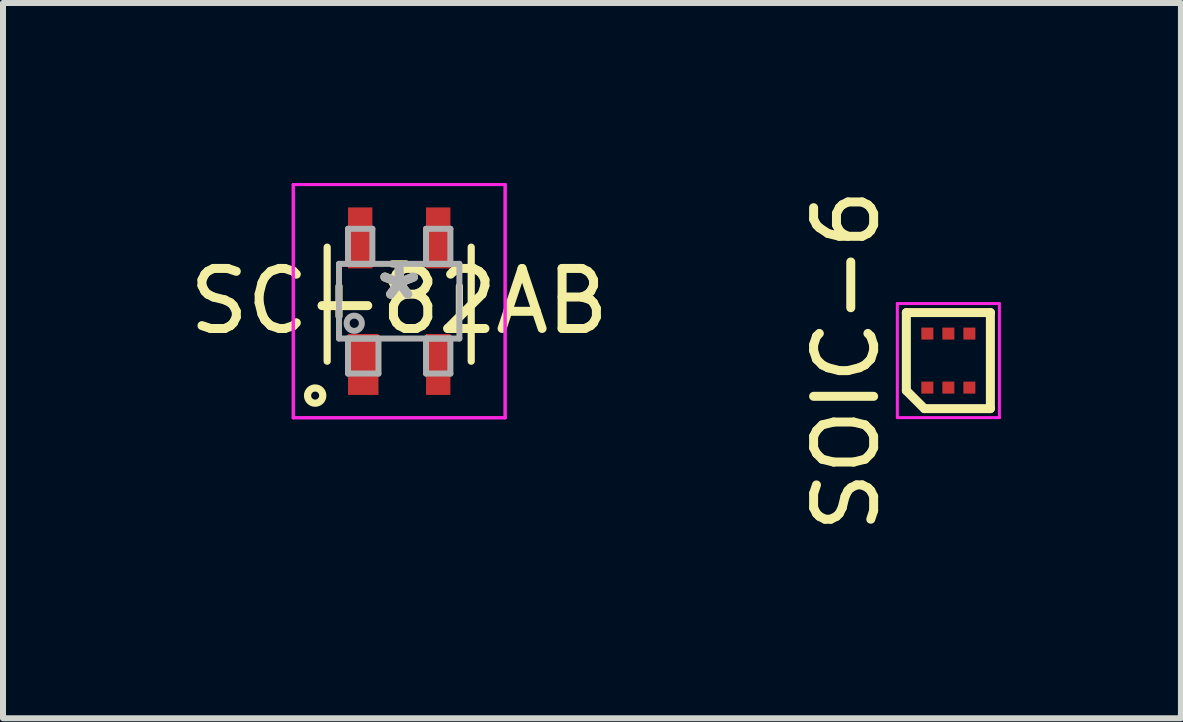
<source format=kicad_pcb>
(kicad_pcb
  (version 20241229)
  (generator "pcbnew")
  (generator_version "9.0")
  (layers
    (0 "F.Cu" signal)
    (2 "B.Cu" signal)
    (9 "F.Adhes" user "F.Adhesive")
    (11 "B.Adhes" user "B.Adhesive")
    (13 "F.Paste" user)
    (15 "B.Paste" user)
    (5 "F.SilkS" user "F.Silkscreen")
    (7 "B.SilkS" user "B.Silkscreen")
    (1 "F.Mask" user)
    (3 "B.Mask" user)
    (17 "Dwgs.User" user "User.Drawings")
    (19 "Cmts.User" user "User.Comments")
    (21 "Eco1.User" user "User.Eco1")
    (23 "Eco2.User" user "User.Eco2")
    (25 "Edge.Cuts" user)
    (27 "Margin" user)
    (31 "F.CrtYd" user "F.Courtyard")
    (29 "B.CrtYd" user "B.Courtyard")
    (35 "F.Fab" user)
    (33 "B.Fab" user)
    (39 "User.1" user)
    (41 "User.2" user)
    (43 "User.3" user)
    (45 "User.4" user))
  (footprint "SC-82AB"
    (layer "F.Cu")
    (at 3.601 1.968)
    (property "Reference" "SC-82AB" (at 0 0 0) (layer "F.SilkS") (effects (font (size 1 1) (thickness 0.15))))
    (attr through_hole)
    (fp_line (start -1.2 -0.9) (end -1.2 1) (stroke (width 0.12) (type solid)) (layer "F.SilkS"))
    (fp_line (start -1.003 0.249) (end -1.003 -0.249) (stroke (width 0.12) (type solid)) (layer "F.SilkS"))
    (fp_line (start -0.114 -0.622) (end 0.114 -0.622) (stroke (width 0.12) (type solid)) (layer "F.SilkS"))
    (fp_line (start 1.003 -0.249) (end 1.003 0.249) (stroke (width 0.12) (type solid)) (layer "F.SilkS"))
    (fp_line (start 1.2 -0.9) (end 1.2 1) (stroke (width 0.12) (type solid)) (layer "F.SilkS"))
    (fp_circle (center -1.4 1.573) (end -1.273 1.573) (stroke (width 0.12) (type solid)) (fill no) (layer "F.SilkS"))
    (fp_line (start -1.765 -1.943) (end 1.765 -1.943) (stroke (width 0.05) (type solid)) (layer "F.CrtYd"))
    (fp_line (start -1.765 -1.943) (end 1.765 -1.943) (stroke (width 0.05) (type solid)) (layer "F.CrtYd"))
    (fp_line (start -1.765 1.943) (end -1.765 -1.943) (stroke (width 0.05) (type solid)) (layer "F.CrtYd"))
    (fp_line (start -1.765 1.943) (end -1.765 -1.943) (stroke (width 0.05) (type solid)) (layer "F.CrtYd"))
    (fp_line (start 1.765 -1.943) (end 1.765 1.943) (stroke (width 0.05) (type solid)) (layer "F.CrtYd"))
    (fp_line (start 1.765 -1.943) (end 1.765 1.943) (stroke (width 0.05) (type solid)) (layer "F.CrtYd"))
    (fp_line (start 1.765 1.943) (end -1.765 1.943) (stroke (width 0.05) (type solid)) (layer "F.CrtYd"))
    (fp_line (start 1.765 1.943) (end -1.765 1.943) (stroke (width 0.05) (type solid)) (layer "F.CrtYd"))
    (fp_line (start -1.003 -0.622) (end 1.003 -0.622) (stroke (width 0.1) (type solid)) (layer "F.Fab"))
    (fp_line (start -1.003 0.622) (end -1.003 -0.622) (stroke (width 0.1) (type solid)) (layer "F.Fab"))
    (fp_line (start -0.853 -1.206) (end -0.853 -0.622) (stroke (width 0.1) (type solid)) (layer "F.Fab"))
    (fp_line (start -0.853 -0.622) (end -0.447 -0.622) (stroke (width 0.1) (type solid)) (layer "F.Fab"))
    (fp_line (start -0.853 0.622) (end -0.853 1.206) (stroke (width 0.1) (type solid)) (layer "F.Fab"))
    (fp_line (start -0.853 1.206) (end -0.345 1.206) (stroke (width 0.1) (type solid)) (layer "F.Fab"))
    (fp_line (start -0.447 -1.206) (end -0.853 -1.206) (stroke (width 0.1) (type solid)) (layer "F.Fab"))
    (fp_line (start -0.447 -0.622) (end -0.447 -1.206) (stroke (width 0.1) (type solid)) (layer "F.Fab"))
    (fp_line (start -0.345 0.622) (end -0.853 0.622) (stroke (width 0.1) (type solid)) (layer "F.Fab"))
    (fp_line (start -0.345 1.206) (end -0.345 0.622) (stroke (width 0.1) (type solid)) (layer "F.Fab"))
    (fp_line (start 0.447 -1.206) (end 0.447 -0.622) (stroke (width 0.1) (type solid)) (layer "F.Fab"))
    (fp_line (start 0.447 -0.622) (end 0.853 -0.622) (stroke (width 0.1) (type solid)) (layer "F.Fab"))
    (fp_line (start 0.447 0.622) (end 0.447 1.206) (stroke (width 0.1) (type solid)) (layer "F.Fab"))
    (fp_line (start 0.447 1.206) (end 0.853 1.206) (stroke (width 0.1) (type solid)) (layer "F.Fab"))
    (fp_line (start 0.853 -1.206) (end 0.447 -1.206) (stroke (width 0.1) (type solid)) (layer "F.Fab"))
    (fp_line (start 0.853 -0.622) (end 0.853 -1.206) (stroke (width 0.1) (type solid)) (layer "F.Fab"))
    (fp_line (start 0.853 0.622) (end 0.447 0.622) (stroke (width 0.1) (type solid)) (layer "F.Fab"))
    (fp_line (start 0.853 1.206) (end 0.853 0.622) (stroke (width 0.1) (type solid)) (layer "F.Fab"))
    (fp_line (start 1.003 -0.622) (end 1.003 0.622) (stroke (width 0.1) (type solid)) (layer "F.Fab"))
    (fp_line (start 1.003 0.622) (end -1.003 0.622) (stroke (width 0.1) (type solid)) (layer "F.Fab"))
    (fp_circle (center -0.749 0.368) (end -0.622 0.368) (stroke (width 0.1) (type solid)) (fill no) (layer "F.Fab"))
    (fp_text user "*" (at 0 0 0) (layer "F.SilkS") (effects (font (size 1 1) (thickness 0.15))))
    (fp_text user "*" (at 0 0 0) (layer "F.Fab") (effects (font (size 1 1) (thickness 0.15))))
    (pad "1" smd rect (at -0.599 1.054) (size 0.508 1.016) (layers "F.Cu" "F.Mask" "F.Paste"))
    (pad "2" smd rect (at 0.65 1.054) (size 0.406 1.016) (layers "F.Cu" "F.Mask" "F.Paste"))
    (pad "3" smd rect (at 0.65 -1.054) (size 0.406 1.016) (layers "F.Cu" "F.Mask" "F.Paste"))
    (pad "4" smd rect (at -0.65 -1.054) (size 0.406 1.016) (layers "F.Cu" "F.Mask" "F.Paste")))
  (footprint "SOIC-6"
    (layer "F.Cu")
    (at 12.751 2.958)
    (property "Reference" "SOIC-6" (at -1.7 0 90) (layer "F.SilkS") (effects (font (size 1 1) (thickness 0.15))))
    (attr smd)
    (fp_line (start -0.7 -0.8) (end 0.7 -0.8) (stroke (width 0.15) (type solid)) (layer "F.SilkS"))
    (fp_line (start -0.7 0.5) (end -0.7 -0.8) (stroke (width 0.15) (type solid)) (layer "F.SilkS"))
    (fp_line (start -0.7 0.5) (end -0.4 0.8) (stroke (width 0.15) (type solid)) (layer "F.SilkS"))
    (fp_line (start 0.7 -0.8) (end 0.7 0.8) (stroke (width 0.15) (type solid)) (layer "F.SilkS"))
    (fp_line (start 0.7 0.8) (end -0.4 0.8) (stroke (width 0.15) (type solid)) (layer "F.SilkS"))
    (fp_line (start -0.85 -0.95) (end 0.85 -0.95) (stroke (width 0.05) (type solid)) (layer "F.CrtYd"))
    (fp_line (start -0.85 0.95) (end -0.85 -0.95) (stroke (width 0.05) (type solid)) (layer "F.CrtYd"))
    (fp_line (start 0.85 -0.95) (end 0.85 0.95) (stroke (width 0.05) (type solid)) (layer "F.CrtYd"))
    (fp_line (start 0.85 0.95) (end -0.85 0.95) (stroke (width 0.05) (type solid)) (layer "F.CrtYd"))
    (pad "1" smd rect (at -0.35 0.45) (size 0.2 0.2) (layers "F.Cu" "F.Mask" "F.Paste"))
    (pad "2" smd rect (at 0 0.45) (size 0.2 0.2) (layers "F.Cu" "F.Mask" "F.Paste"))
    (pad "3" smd rect (at 0.35 0.45) (size 0.2 0.2) (layers "F.Cu" "F.Mask" "F.Paste"))
    (pad "4" smd rect (at 0.35 -0.45) (size 0.2 0.2) (layers "F.Cu" "F.Mask" "F.Paste"))
    (pad "5" smd rect (at 0 -0.45) (size 0.2 0.2) (layers "F.Cu" "F.Mask" "F.Paste"))
    (pad "6" smd rect (at -0.35 -0.45) (size 0.2 0.2) (layers "F.Cu" "F.Mask" "F.Paste")))
  (gr_rect
    (start -3 -3)
    (end 16.626 8.917)
    (stroke (width 0.1) (type default))
    (fill no)
    (layer "Edge.Cuts")))
</source>
